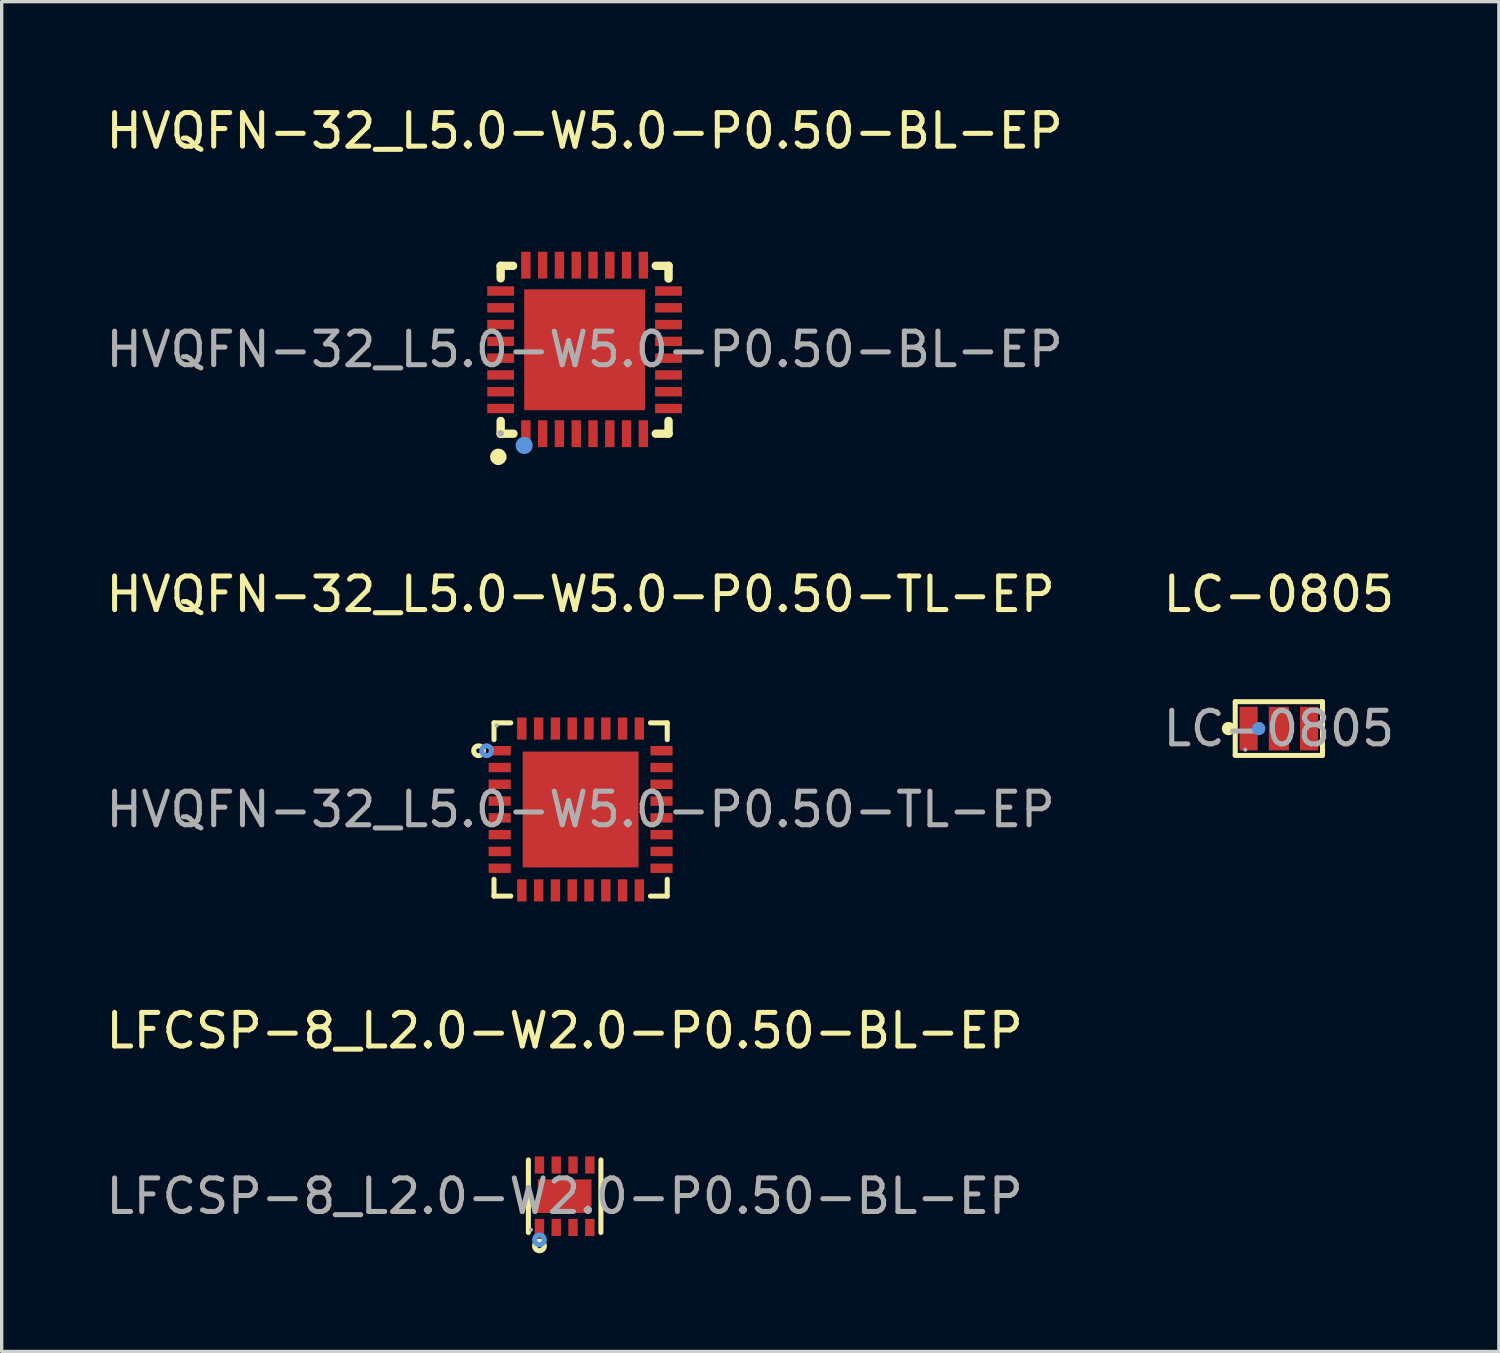
<source format=kicad_pcb>
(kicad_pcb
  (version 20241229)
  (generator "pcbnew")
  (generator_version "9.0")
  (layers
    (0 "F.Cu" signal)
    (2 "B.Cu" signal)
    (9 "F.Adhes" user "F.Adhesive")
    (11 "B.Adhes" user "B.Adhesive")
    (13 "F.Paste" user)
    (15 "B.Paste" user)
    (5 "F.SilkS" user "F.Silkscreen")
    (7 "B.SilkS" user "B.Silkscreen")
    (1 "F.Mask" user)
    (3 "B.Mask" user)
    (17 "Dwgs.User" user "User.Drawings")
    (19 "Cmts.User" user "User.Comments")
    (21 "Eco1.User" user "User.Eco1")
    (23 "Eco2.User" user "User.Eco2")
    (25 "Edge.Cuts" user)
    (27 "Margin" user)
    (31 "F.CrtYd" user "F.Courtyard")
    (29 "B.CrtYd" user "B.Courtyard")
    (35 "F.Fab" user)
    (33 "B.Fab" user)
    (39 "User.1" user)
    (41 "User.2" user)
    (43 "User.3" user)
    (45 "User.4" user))
  (footprint "LC-0805"
    (layer "F.Cu")
    (at 35.042 18.651)
    (property "Reference" "LC-0805" (at 0 -4 0) (layer "F.SilkS") (effects (font (size 1 1) (thickness 0.15))))
    (attr through_hole)
    (fp_line (start -1.3 -0.8) (end 1.3 -0.8) (stroke (width 0.15) (type solid)) (layer "F.SilkS"))
    (fp_line (start -1.3 0.8) (end -1.3 -0.8) (stroke (width 0.15) (type solid)) (layer "F.SilkS"))
    (fp_line (start 1.3 -0.8) (end 1.3 0.8) (stroke (width 0.15) (type solid)) (layer "F.SilkS"))
    (fp_line (start 1.3 0.8) (end -1.3 0.8) (stroke (width 0.15) (type solid)) (layer "F.SilkS"))
    (fp_circle (center -1.5 0) (end -1.4 0) (stroke (width 0.2) (type solid)) (fill no) (layer "F.SilkS"))
    (fp_circle (center -0.6 0) (end -0.5 0) (stroke (width 0.2) (type solid)) (fill no) (layer "Cmts.User"))
    (fp_circle (center -1 0.63) (end -0.97 0.63) (stroke (width 0.06) (type solid)) (fill no) (layer "F.Fab"))
    (fp_text user "${REFERENCE}" (at 0 0 0) (layer "F.Fab") (effects (font (size 1 1) (thickness 0.15))))
    (pad "1" smd rect (at -0.9 0) (size 0.54 1.3) (layers "F.Cu" "F.Mask" "F.Paste"))
    (pad "2" smd rect (at 0 0) (size 0.6 1.3) (layers "F.Cu" "F.Mask" "F.Paste"))
    (pad "3" smd rect (at 0.9 0) (size 0.54 1.3) (layers "F.Cu" "F.Mask" "F.Paste")))
  (footprint "HVQFN-32_L5.0-W5.0-P0.50-BL-EP"
    (layer "F.Cu")
    (at 14.363 7.358)
    (property "Reference" "HVQFN-32_L5.0-W5.0-P0.50-BL-EP" (at 0 -6.51 0) (layer "F.SilkS") (effects (font (size 1 1) (thickness 0.15))))
    (attr through_hole)
    (fp_line (start -2.5 -2.49) (end -2.13 -2.49) (stroke (width 0.25) (type solid)) (layer "F.SilkS"))
    (fp_line (start -2.5 -2.12) (end -2.5 -2.49) (stroke (width 0.25) (type solid)) (layer "F.SilkS"))
    (fp_line (start -2.5 2.51) (end -2.5 2.13) (stroke (width 0.25) (type solid)) (layer "F.SilkS"))
    (fp_line (start -2.5 2.51) (end -2.12 2.51) (stroke (width 0.25) (type solid)) (layer "F.SilkS"))
    (fp_line (start 2.12 -2.49) (end 2.5 -2.49) (stroke (width 0.25) (type solid)) (layer "F.SilkS"))
    (fp_line (start 2.12 2.51) (end 2.5 2.51) (stroke (width 0.25) (type solid)) (layer "F.SilkS"))
    (fp_line (start 2.5 -2.49) (end 2.5 -2.11) (stroke (width 0.25) (type solid)) (layer "F.SilkS"))
    (fp_line (start 2.5 2.13) (end 2.5 2.51) (stroke (width 0.25) (type solid)) (layer "F.SilkS"))
    (fp_arc (start -2.57 3.08) (mid -2.564996 3.319896) (end -2.58 3.080417) (stroke (width 0.25) (type solid)) (layer "F.SilkS"))
    (fp_circle (center -1.8 2.86) (end -1.67 2.86) (stroke (width 0.25) (type solid)) (fill no) (layer "Cmts.User"))
    (fp_circle (center -2.5 2.5) (end -2.45 2.5) (stroke (width 0.1) (type solid)) (fill no) (layer "F.Fab"))
    (fp_text user "${REFERENCE}" (at 0 0 0) (layer "F.Fab") (effects (font (size 1 1) (thickness 0.15))))
    (pad "1" smd rect (at -1.75 2.51) (size 0.28 0.8) (layers "F.Cu" "F.Mask" "F.Paste"))
    (pad "2" smd rect (at -1.25 2.51) (size 0.28 0.8) (layers "F.Cu" "F.Mask" "F.Paste"))
    (pad "3" smd rect (at -0.75 2.51) (size 0.28 0.8) (layers "F.Cu" "F.Mask" "F.Paste"))
    (pad "4" smd rect (at -0.25 2.51) (size 0.28 0.8) (layers "F.Cu" "F.Mask" "F.Paste"))
    (pad "5" smd rect (at 0.25 2.51) (size 0.28 0.8) (layers "F.Cu" "F.Mask" "F.Paste"))
    (pad "6" smd rect (at 0.75 2.51) (size 0.28 0.8) (layers "F.Cu" "F.Mask" "F.Paste"))
    (pad "7" smd rect (at 1.25 2.51) (size 0.28 0.8) (layers "F.Cu" "F.Mask" "F.Paste"))
    (pad "8" smd rect (at 1.75 2.51) (size 0.28 0.8) (layers "F.Cu" "F.Mask" "F.Paste"))
    (pad "9" smd rect (at 2.5 1.76) (size 0.8 0.28) (layers "F.Cu" "F.Mask" "F.Paste"))
    (pad "10" smd rect (at 2.5 1.26) (size 0.8 0.28) (layers "F.Cu" "F.Mask" "F.Paste"))
    (pad "11" smd rect (at 2.5 0.76) (size 0.8 0.28) (layers "F.Cu" "F.Mask" "F.Paste"))
    (pad "12" smd rect (at 2.5 0.26) (size 0.8 0.28) (layers "F.Cu" "F.Mask" "F.Paste"))
    (pad "13" smd rect (at 2.5 -0.24) (size 0.8 0.28) (layers "F.Cu" "F.Mask" "F.Paste"))
    (pad "14" smd rect (at 2.5 -0.74) (size 0.8 0.28) (layers "F.Cu" "F.Mask" "F.Paste"))
    (pad "15" smd rect (at 2.5 -1.24) (size 0.8 0.28) (layers "F.Cu" "F.Mask" "F.Paste"))
    (pad "16" smd rect (at 2.5 -1.74) (size 0.8 0.28) (layers "F.Cu" "F.Mask" "F.Paste"))
    (pad "17" smd rect (at 1.75 -2.51) (size 0.28 0.8) (layers "F.Cu" "F.Mask" "F.Paste"))
    (pad "18" smd rect (at 1.25 -2.51) (size 0.28 0.8) (layers "F.Cu" "F.Mask" "F.Paste"))
    (pad "19" smd rect (at 0.75 -2.51) (size 0.28 0.8) (layers "F.Cu" "F.Mask" "F.Paste"))
    (pad "20" smd rect (at 0.25 -2.51) (size 0.28 0.8) (layers "F.Cu" "F.Mask" "F.Paste"))
    (pad "21" smd rect (at -0.25 -2.51) (size 0.28 0.8) (layers "F.Cu" "F.Mask" "F.Paste"))
    (pad "22" smd rect (at -0.75 -2.51) (size 0.28 0.8) (layers "F.Cu" "F.Mask" "F.Paste"))
    (pad "23" smd rect (at -1.25 -2.51) (size 0.28 0.8) (layers "F.Cu" "F.Mask" "F.Paste"))
    (pad "24" smd rect (at -1.75 -2.51) (size 0.28 0.8) (layers "F.Cu" "F.Mask" "F.Paste"))
    (pad "25" smd rect (at -2.5 -1.74) (size 0.8 0.28) (layers "F.Cu" "F.Mask" "F.Paste"))
    (pad "26" smd rect (at -2.5 -1.24) (size 0.8 0.28) (layers "F.Cu" "F.Mask" "F.Paste"))
    (pad "27" smd rect (at -2.5 -0.74) (size 0.8 0.28) (layers "F.Cu" "F.Mask" "F.Paste"))
    (pad "28" smd rect (at -2.5 -0.24) (size 0.8 0.28) (layers "F.Cu" "F.Mask" "F.Paste"))
    (pad "29" smd rect (at -2.5 0.26) (size 0.8 0.28) (layers "F.Cu" "F.Mask" "F.Paste"))
    (pad "30" smd rect (at -2.5 0.76) (size 0.8 0.28) (layers "F.Cu" "F.Mask" "F.Paste"))
    (pad "31" smd rect (at -2.5 1.26) (size 0.8 0.28) (layers "F.Cu" "F.Mask" "F.Paste"))
    (pad "32" smd rect (at -2.5 1.76) (size 0.8 0.28) (layers "F.Cu" "F.Mask" "F.Paste"))
    (pad "33" smd rect (at 0 0.01) (size 3.6 3.6) (layers "F.Cu" "F.Mask" "F.Paste")))
  (footprint "HVQFN-32_L5.0-W5.0-P0.50-TL-EP"
    (layer "F.Cu")
    (at 14.244 21.061)
    (property "Reference" "HVQFN-32_L5.0-W5.0-P0.50-TL-EP" (at 0 -6.41 0) (layer "F.SilkS") (effects (font (size 1 1) (thickness 0.15))))
    (attr through_hole)
    (fp_line (start -2.58 -2.58) (end -2.58 -2.08) (stroke (width 0.15) (type solid)) (layer "F.SilkS"))
    (fp_line (start -2.58 2.58) (end -2.58 2.08) (stroke (width 0.15) (type solid)) (layer "F.SilkS"))
    (fp_line (start -2.08 -2.58) (end -2.58 -2.58) (stroke (width 0.15) (type solid)) (layer "F.SilkS"))
    (fp_line (start -2.08 2.58) (end -2.58 2.58) (stroke (width 0.15) (type solid)) (layer "F.SilkS"))
    (fp_line (start 2.08 -2.58) (end 2.58 -2.58) (stroke (width 0.15) (type solid)) (layer "F.SilkS"))
    (fp_line (start 2.08 2.58) (end 2.58 2.58) (stroke (width 0.15) (type solid)) (layer "F.SilkS"))
    (fp_line (start 2.58 -2.58) (end 2.58 -2.08) (stroke (width 0.15) (type solid)) (layer "F.SilkS"))
    (fp_line (start 2.58 2.58) (end 2.58 2.08) (stroke (width 0.15) (type solid)) (layer "F.SilkS"))
    (fp_circle (center -3.04 -1.75) (end -2.97 -1.75) (stroke (width 0.15) (type solid)) (fill no) (layer "F.SilkS"))
    (fp_circle (center -2.8 -1.75) (end -2.73 -1.75) (stroke (width 0.15) (type solid)) (fill no) (layer "Cmts.User"))
    (fp_circle (center -2.5 -2.5) (end -2.47 -2.5) (stroke (width 0.06) (type solid)) (fill no) (layer "F.Fab"))
    (fp_text user "${REFERENCE}" (at 0 0 0) (layer "F.Fab") (effects (font (size 1 1) (thickness 0.15))))
    (pad "1" smd rect (at -2.41 -1.75) (size 0.66 0.28) (layers "F.Cu" "F.Mask" "F.Paste"))
    (pad "2" smd rect (at -2.41 -1.25) (size 0.66 0.28) (layers "F.Cu" "F.Mask" "F.Paste"))
    (pad "3" smd rect (at -2.41 -0.75) (size 0.66 0.28) (layers "F.Cu" "F.Mask" "F.Paste"))
    (pad "4" smd rect (at -2.41 -0.25) (size 0.66 0.28) (layers "F.Cu" "F.Mask" "F.Paste"))
    (pad "5" smd rect (at -2.41 0.25) (size 0.66 0.28) (layers "F.Cu" "F.Mask" "F.Paste"))
    (pad "6" smd rect (at -2.41 0.75) (size 0.66 0.28) (layers "F.Cu" "F.Mask" "F.Paste"))
    (pad "7" smd rect (at -2.41 1.25) (size 0.66 0.28) (layers "F.Cu" "F.Mask" "F.Paste"))
    (pad "8" smd rect (at -2.41 1.75) (size 0.66 0.28) (layers "F.Cu" "F.Mask" "F.Paste"))
    (pad "9" smd rect (at -1.75 2.41) (size 0.28 0.66) (layers "F.Cu" "F.Mask" "F.Paste"))
    (pad "10" smd rect (at -1.25 2.41) (size 0.28 0.66) (layers "F.Cu" "F.Mask" "F.Paste"))
    (pad "11" smd rect (at -0.75 2.41) (size 0.28 0.66) (layers "F.Cu" "F.Mask" "F.Paste"))
    (pad "12" smd rect (at -0.25 2.41) (size 0.28 0.66) (layers "F.Cu" "F.Mask" "F.Paste"))
    (pad "13" smd rect (at 0.25 2.41) (size 0.28 0.66) (layers "F.Cu" "F.Mask" "F.Paste"))
    (pad "14" smd rect (at 0.75 2.41) (size 0.28 0.66) (layers "F.Cu" "F.Mask" "F.Paste"))
    (pad "15" smd rect (at 1.25 2.41) (size 0.28 0.66) (layers "F.Cu" "F.Mask" "F.Paste"))
    (pad "16" smd rect (at 1.75 2.41) (size 0.28 0.66) (layers "F.Cu" "F.Mask" "F.Paste"))
    (pad "17" smd rect (at 2.41 1.75) (size 0.66 0.28) (layers "F.Cu" "F.Mask" "F.Paste"))
    (pad "18" smd rect (at 2.41 1.25) (size 0.66 0.28) (layers "F.Cu" "F.Mask" "F.Paste"))
    (pad "19" smd rect (at 2.41 0.75) (size 0.66 0.28) (layers "F.Cu" "F.Mask" "F.Paste"))
    (pad "20" smd rect (at 2.41 0.25) (size 0.66 0.28) (layers "F.Cu" "F.Mask" "F.Paste"))
    (pad "21" smd rect (at 2.41 -0.25) (size 0.66 0.28) (layers "F.Cu" "F.Mask" "F.Paste"))
    (pad "22" smd rect (at 2.41 -0.75) (size 0.66 0.28) (layers "F.Cu" "F.Mask" "F.Paste"))
    (pad "23" smd rect (at 2.41 -1.25) (size 0.66 0.28) (layers "F.Cu" "F.Mask" "F.Paste"))
    (pad "24" smd rect (at 2.41 -1.75) (size 0.66 0.28) (layers "F.Cu" "F.Mask" "F.Paste"))
    (pad "25" smd rect (at 1.75 -2.41) (size 0.28 0.66) (layers "F.Cu" "F.Mask" "F.Paste"))
    (pad "26" smd rect (at 1.25 -2.41) (size 0.28 0.66) (layers "F.Cu" "F.Mask" "F.Paste"))
    (pad "27" smd rect (at 0.75 -2.41) (size 0.28 0.66) (layers "F.Cu" "F.Mask" "F.Paste"))
    (pad "28" smd rect (at 0.25 -2.41) (size 0.28 0.66) (layers "F.Cu" "F.Mask" "F.Paste"))
    (pad "29" smd rect (at -0.25 -2.41) (size 0.28 0.66) (layers "F.Cu" "F.Mask" "F.Paste"))
    (pad "30" smd rect (at -0.75 -2.41) (size 0.28 0.66) (layers "F.Cu" "F.Mask" "F.Paste"))
    (pad "31" smd rect (at -1.25 -2.41) (size 0.28 0.66) (layers "F.Cu" "F.Mask" "F.Paste"))
    (pad "32" smd rect (at -1.75 -2.41) (size 0.28 0.66) (layers "F.Cu" "F.Mask" "F.Paste"))
    (pad "33" smd rect (at 0 0) (size 3.45 3.45) (layers "F.Cu" "F.Mask" "F.Paste")))
  (footprint "LFCSP-8_L2.0-W2.0-P0.50-BL-EP"
    (layer "F.Cu")
    (at 13.768 32.58)
    (property "Reference" "LFCSP-8_L2.0-W2.0-P0.50-BL-EP" (at 0 -4.93 0) (layer "F.SilkS") (effects (font (size 1 1) (thickness 0.15))))
    (attr through_hole)
    (fp_line (start -1.08 1.08) (end -1.08 -1.08) (stroke (width 0.15) (type solid)) (layer "F.SilkS"))
    (fp_line (start 1.08 1.08) (end 1.08 -1.08) (stroke (width 0.15) (type solid)) (layer "F.SilkS"))
    (fp_circle (center -0.75 1.48) (end -0.68 1.48) (stroke (width 0.15) (type solid)) (fill no) (layer "F.SilkS"))
    (fp_circle (center -0.75 1.3) (end -0.68 1.3) (stroke (width 0.15) (type solid)) (fill no) (layer "Cmts.User"))
    (fp_circle (center -1 1) (end -0.97 1) (stroke (width 0.06) (type solid)) (fill no) (layer "F.Fab"))
    (fp_text user "${REFERENCE}" (at 0 0 0) (layer "F.Fab") (effects (font (size 1 1) (thickness 0.15))))
    (pad "1" smd rect (at -0.75 0.93) (size 0.28 0.51) (layers "F.Cu" "F.Mask" "F.Paste"))
    (pad "2" smd rect (at -0.25 0.93) (size 0.28 0.51) (layers "F.Cu" "F.Mask" "F.Paste"))
    (pad "3" smd rect (at 0.25 0.93) (size 0.28 0.51) (layers "F.Cu" "F.Mask" "F.Paste"))
    (pad "4" smd rect (at 0.75 0.93) (size 0.28 0.51) (layers "F.Cu" "F.Mask" "F.Paste"))
    (pad "5" smd rect (at 0.75 -0.93) (size 0.28 0.51) (layers "F.Cu" "F.Mask" "F.Paste"))
    (pad "6" smd rect (at 0.25 -0.93) (size 0.28 0.51) (layers "F.Cu" "F.Mask" "F.Paste"))
    (pad "7" smd rect (at -0.25 -0.93) (size 0.28 0.51) (layers "F.Cu" "F.Mask" "F.Paste"))
    (pad "8" smd rect (at -0.75 -0.93) (size 0.28 0.51) (layers "F.Cu" "F.Mask" "F.Paste"))
    (pad "9" smd rect (at 0 0) (size 1.6 1) (layers "F.Cu" "F.Mask" "F.Paste")))
  (gr_rect
    (start -3 -3)
    (end 41.595 37.205)
    (stroke (width 0.1) (type default))
    (fill no)
    (layer "Edge.Cuts")))
</source>
